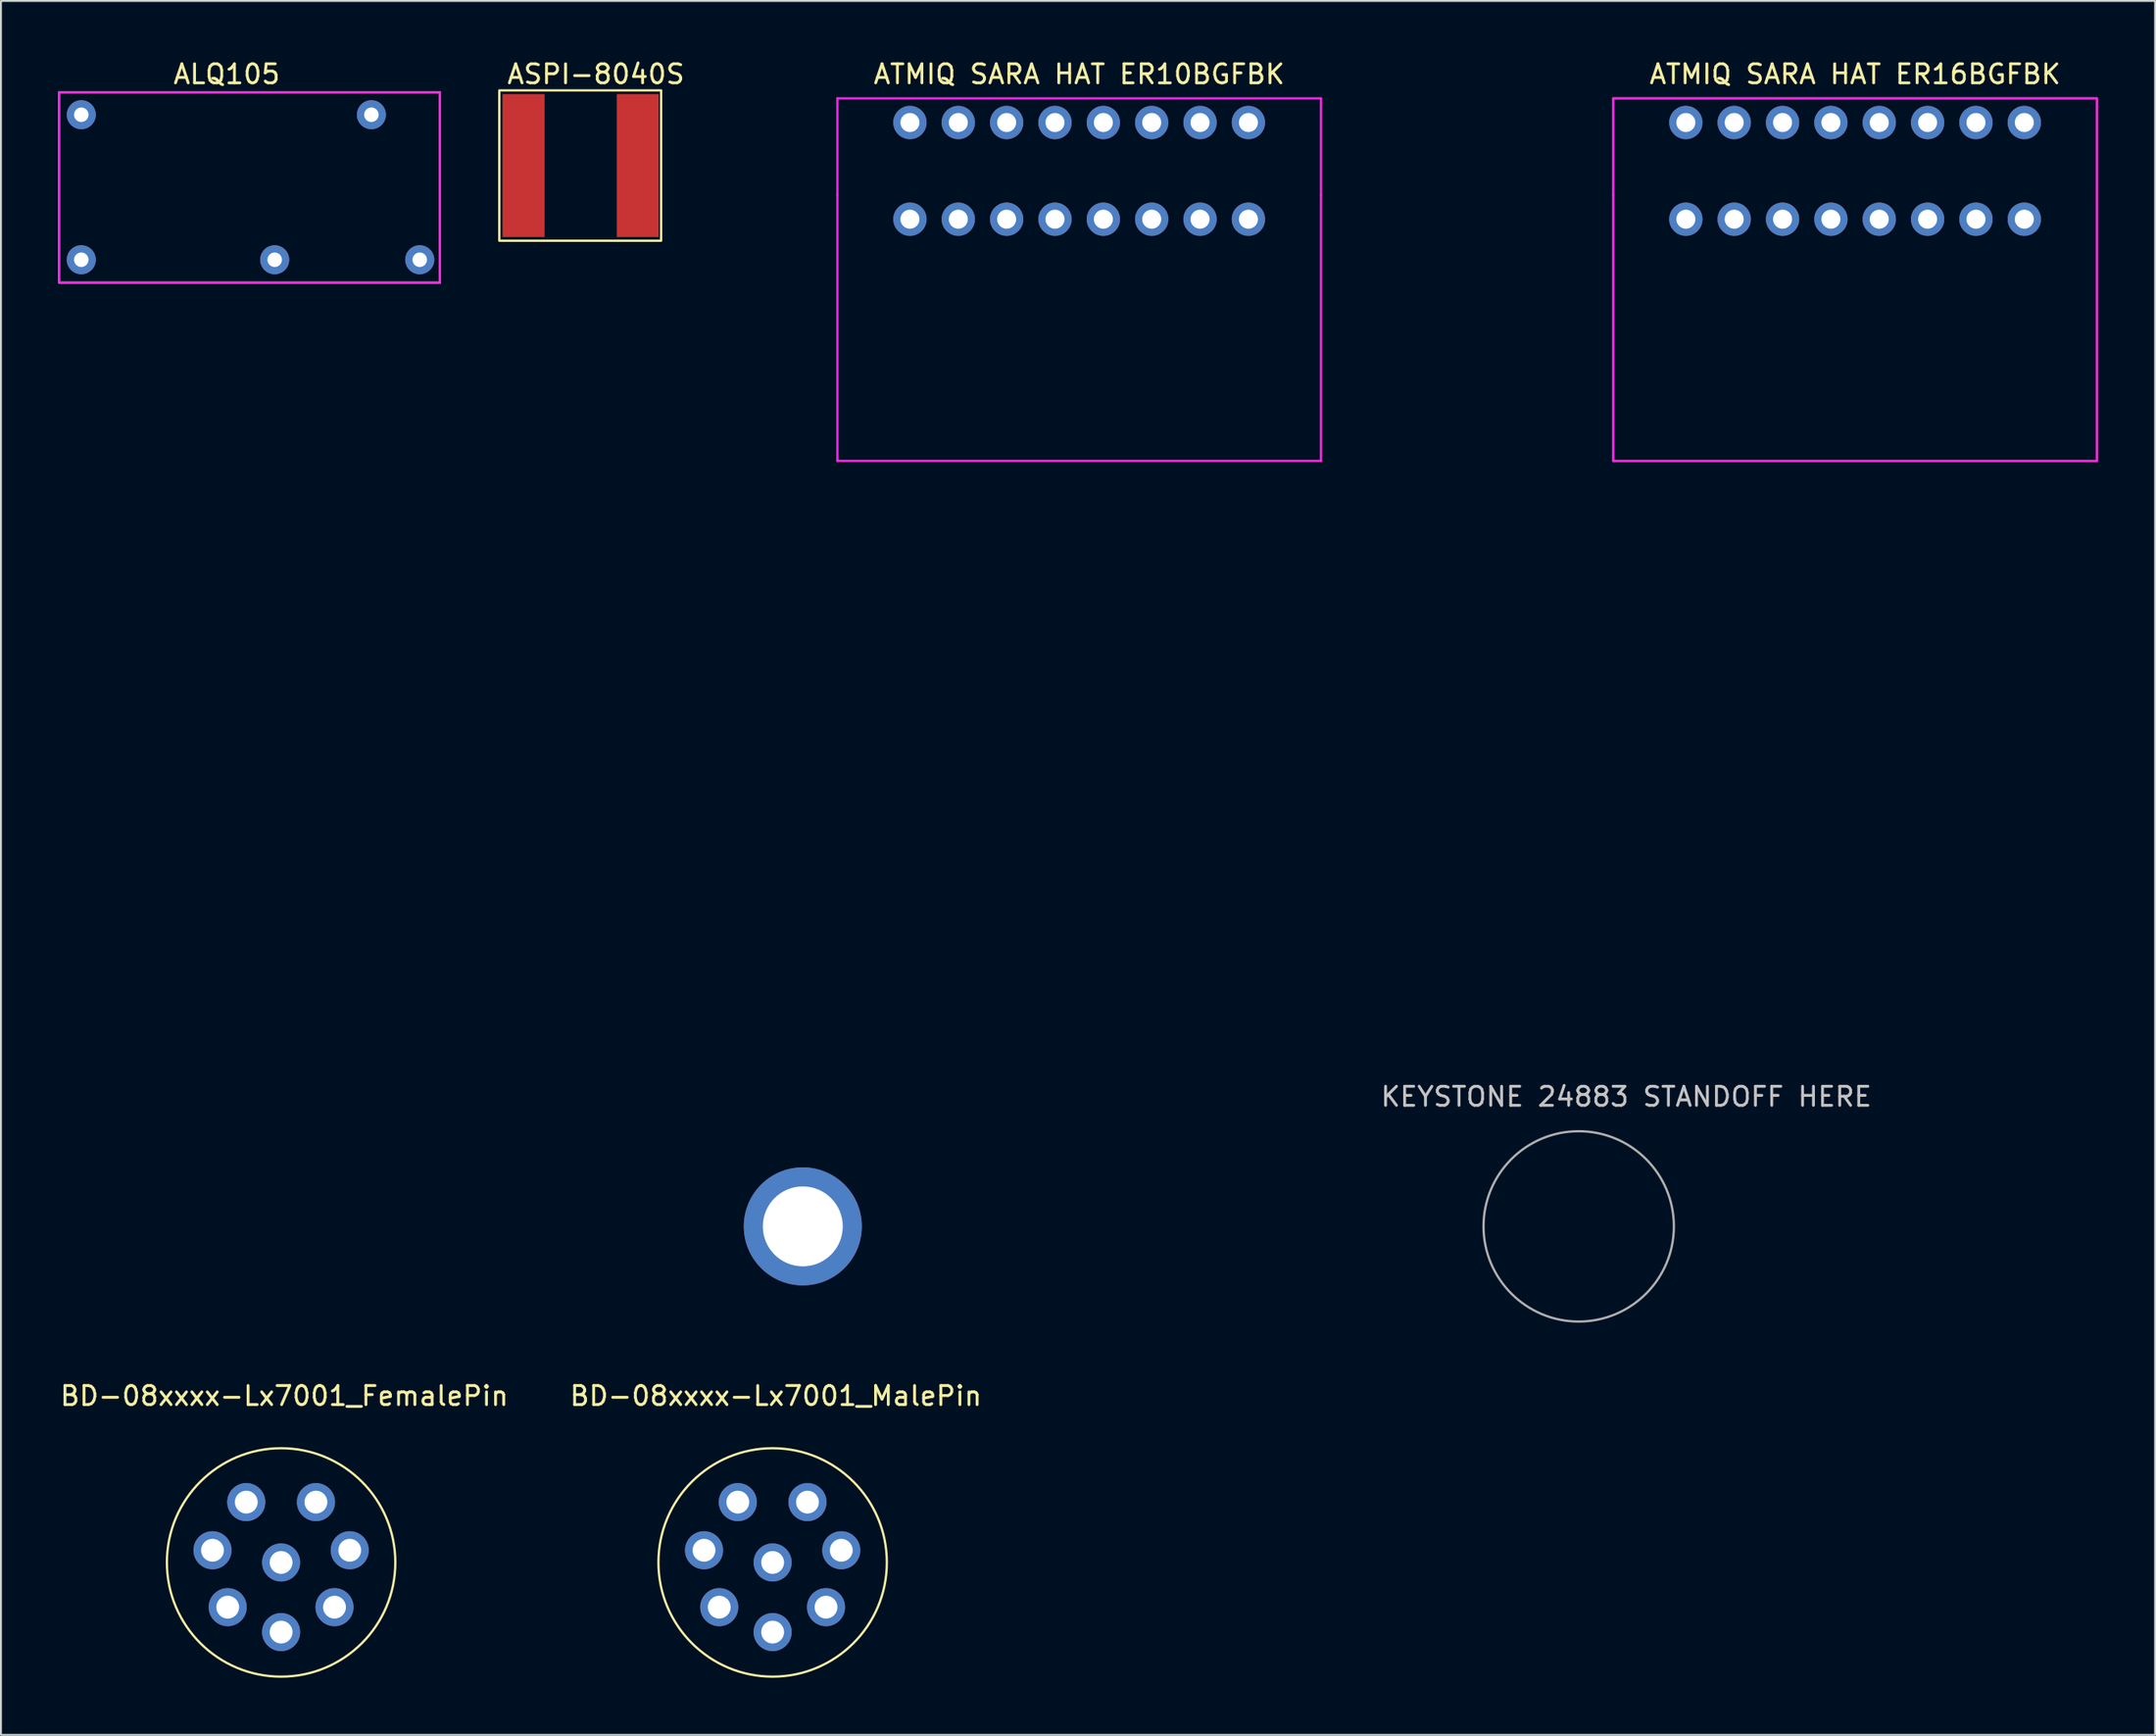
<source format=kicad_pcb>
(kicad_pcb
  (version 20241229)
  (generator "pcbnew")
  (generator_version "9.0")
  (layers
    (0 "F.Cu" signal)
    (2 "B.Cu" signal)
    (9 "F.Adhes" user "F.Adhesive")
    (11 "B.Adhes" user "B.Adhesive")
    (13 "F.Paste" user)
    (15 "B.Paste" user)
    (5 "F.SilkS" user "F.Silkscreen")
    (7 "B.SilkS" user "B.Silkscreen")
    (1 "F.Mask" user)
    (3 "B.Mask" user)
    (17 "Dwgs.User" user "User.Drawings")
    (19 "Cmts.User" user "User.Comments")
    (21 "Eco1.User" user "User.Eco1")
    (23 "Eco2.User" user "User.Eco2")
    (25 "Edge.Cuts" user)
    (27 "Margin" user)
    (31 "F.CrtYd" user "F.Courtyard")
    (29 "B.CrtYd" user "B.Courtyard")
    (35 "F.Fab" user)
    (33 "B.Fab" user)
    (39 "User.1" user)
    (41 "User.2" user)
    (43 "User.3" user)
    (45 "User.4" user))
  (footprint "ATMIQ SARA HAT ER10BGFBK"
    (layer "F.Cu")
    (at 53.641 4.658)
    (property "Reference" "ATMIQ SARA HAT ER10BGFBK" (at 0 -3.81 0) (unlocked yes) (layer "F.SilkS") (effects (font (size 1 1) (thickness 0.15))))
    (attr through_hole)
    (fp_line (start -12.7 -2.54) (end 12.7 -2.54) (stroke (width 0.12) (type solid)) (layer "F.CrtYd"))
    (fp_line (start -12.7 2.54) (end -12.7 -2.54) (stroke (width 0.12) (type solid)) (layer "F.CrtYd"))
    (fp_line (start -12.7 16.51) (end -12.7 2.54) (stroke (width 0.12) (type solid)) (layer "F.CrtYd"))
    (fp_line (start -12.7 16.51) (end 12.7 16.51) (stroke (width 0.12) (type solid)) (layer "F.CrtYd"))
    (fp_line (start 12.7 -2.54) (end 12.7 2.54) (stroke (width 0.12) (type solid)) (layer "F.CrtYd"))
    (fp_line (start 12.7 2.54) (end 12.7 16.51) (stroke (width 0.12) (type solid)) (layer "F.CrtYd"))
    (pad "1" thru_hole circle (at 8.89 -1.27) (size 1.75 1.75) (drill 1) (layers "*.Cu" "*.Mask"))
    (pad "2" thru_hole circle (at 8.89 3.81) (size 1.75 1.75) (drill 1) (layers "*.Cu" "*.Mask"))
    (pad "3" thru_hole circle (at 6.35 -1.27) (size 1.75 1.75) (drill 1) (layers "*.Cu" "*.Mask"))
    (pad "4" thru_hole circle (at 6.35 3.81) (size 1.75 1.75) (drill 1) (layers "*.Cu" "*.Mask"))
    (pad "5" thru_hole circle (at 3.81 -1.27) (size 1.75 1.75) (drill 1) (layers "*.Cu" "*.Mask"))
    (pad "6" thru_hole circle (at 3.81 3.81) (size 1.75 1.75) (drill 1) (layers "*.Cu" "*.Mask"))
    (pad "7" thru_hole circle (at 1.27 -1.27) (size 1.75 1.75) (drill 1) (layers "*.Cu" "*.Mask"))
    (pad "8" thru_hole circle (at 1.27 3.81) (size 1.75 1.75) (drill 1) (layers "*.Cu" "*.Mask"))
    (pad "9" thru_hole circle (at -1.27 -1.27) (size 1.75 1.75) (drill 1) (layers "*.Cu" "*.Mask"))
    (pad "10" thru_hole circle (at -1.27 3.81) (size 1.75 1.75) (drill 1) (layers "*.Cu" "*.Mask"))
    (pad "11" thru_hole circle (at -3.81 -1.27) (size 1.75 1.75) (drill 1) (layers "*.Cu" "*.Mask"))
    (pad "12" thru_hole circle (at -3.81 3.81) (size 1.75 1.75) (drill 1) (layers "*.Cu" "*.Mask"))
    (pad "13" thru_hole circle (at -6.35 -1.27) (size 1.75 1.75) (drill 1) (layers "*.Cu" "*.Mask"))
    (pad "14" thru_hole circle (at -6.35 3.81) (size 1.75 1.75) (drill 1) (layers "*.Cu" "*.Mask"))
    (pad "15" thru_hole circle (at -14.518 56.73 270) (size 6.2 6.2) (drill 4.2) (layers "*.Cu" "*.Mask"))
    (pad "15" thru_hole circle (at -8.89 -1.27) (size 1.75 1.75) (drill 1) (layers "*.Cu" "*.Mask"))
    (pad "16" thru_hole circle (at -8.89 3.81) (size 1.75 1.75) (drill 1) (layers "*.Cu" "*.Mask")))
  (footprint "ATMIQ SARA HAT ER16BGFBK"
    (layer "F.Cu")
    (at 94.401 4.658)
    (property "Reference" "ATMIQ SARA HAT ER16BGFBK" (at 0 -3.81 0) (unlocked yes) (layer "F.SilkS") (effects (font (size 1 1) (thickness 0.15))))
    (attr through_hole)
    (fp_line (start -12.7 -2.54) (end 12.7 -2.54) (stroke (width 0.12) (type solid)) (layer "F.CrtYd"))
    (fp_line (start -12.7 2.54) (end -12.7 -2.54) (stroke (width 0.12) (type solid)) (layer "F.CrtYd"))
    (fp_line (start -12.7 16.51) (end -12.7 2.54) (stroke (width 0.12) (type solid)) (layer "F.CrtYd"))
    (fp_line (start -12.7 16.51) (end 12.7 16.51) (stroke (width 0.12) (type solid)) (layer "F.CrtYd"))
    (fp_line (start 12.7 -2.54) (end 12.7 2.54) (stroke (width 0.12) (type solid)) (layer "F.CrtYd"))
    (fp_line (start 12.7 2.54) (end 12.7 16.51) (stroke (width 0.12) (type solid)) (layer "F.CrtYd"))
    (fp_rect (start -12.7 -2.54) (end 12.7 16.51) (stroke (width 0.1) (type default)) (fill no) (layer "F.Fab"))
    (fp_circle (center -14.518 56.73) (end -9.518 56.73) (stroke (width 0.12) (type default)) (fill no) (layer "F.Fab"))
    (fp_text user "KEYSTONE 24883 STANDOFF HERE" (at -25 50.5 0) (unlocked yes) (layer "Dwgs.User") (effects (font (size 1 1) (thickness 0.15)) (justify left bottom)))
    (pad "1" thru_hole circle (at -8.89 3.81 180) (size 1.75 1.75) (drill 1) (layers "*.Cu" "*.Mask"))
    (pad "2" thru_hole circle (at -8.89 -1.27 180) (size 1.75 1.75) (drill 1) (layers "*.Cu" "*.Mask"))
    (pad "3" thru_hole circle (at -6.35 3.81 180) (size 1.75 1.75) (drill 1) (layers "*.Cu" "*.Mask"))
    (pad "4" thru_hole circle (at -6.35 -1.27 180) (size 1.75 1.75) (drill 1) (layers "*.Cu" "*.Mask"))
    (pad "5" thru_hole circle (at -3.81 3.81 180) (size 1.75 1.75) (drill 1) (layers "*.Cu" "*.Mask"))
    (pad "6" thru_hole circle (at -3.81 -1.27 180) (size 1.75 1.75) (drill 1) (layers "*.Cu" "*.Mask"))
    (pad "7" thru_hole circle (at -1.27 3.81 180) (size 1.75 1.75) (drill 1) (layers "*.Cu" "*.Mask"))
    (pad "8" thru_hole circle (at -1.27 -1.27 180) (size 1.75 1.75) (drill 1) (layers "*.Cu" "*.Mask"))
    (pad "9" thru_hole circle (at 1.27 3.81 180) (size 1.75 1.75) (drill 1) (layers "*.Cu" "*.Mask"))
    (pad "10" thru_hole circle (at 1.27 -1.27 180) (size 1.75 1.75) (drill 1) (layers "*.Cu" "*.Mask"))
    (pad "11" thru_hole circle (at 3.81 3.81 180) (size 1.75 1.75) (drill 1) (layers "*.Cu" "*.Mask"))
    (pad "12" thru_hole circle (at 3.81 -1.27 180) (size 1.75 1.75) (drill 1) (layers "*.Cu" "*.Mask"))
    (pad "13" thru_hole circle (at 6.35 3.81 180) (size 1.75 1.75) (drill 1) (layers "*.Cu" "*.Mask"))
    (pad "14" thru_hole circle (at 6.35 -1.27 180) (size 1.75 1.75) (drill 1) (layers "*.Cu" "*.Mask"))
    (pad "15" thru_hole circle (at 8.89 3.81 180) (size 1.75 1.75) (drill 1) (layers "*.Cu" "*.Mask"))
    (pad "16" thru_hole circle (at 8.89 -1.27 180) (size 1.75 1.75) (drill 1) (layers "*.Cu" "*.Mask")))
  (footprint "BD-08xxxx-Lx7001_MalePin"
    (layer "F.Cu")
    (at 37.538 79.046)
    (property "Reference" "BD-08xxxx-Lx7001_MalePin" (at 0.17 -8.75 0) (unlocked yes) (layer "F.SilkS") (effects (font (size 1 1) (thickness 0.15))))
    (attr smd)
    (fp_circle (center 0 0) (end 6 0) (stroke (width 0.12) (type solid)) (fill no) (layer "F.SilkS"))
    (pad "1" thru_hole circle (at 1.83 -3.17) (size 2 2) (drill 1.2) (layers "*.Cu" "*.Mask"))
    (pad "2" thru_hole circle (at 3.605 -0.64) (size 2 2) (drill 1.2) (layers "*.Cu" "*.Mask"))
    (pad "3" thru_hole circle (at 2.805 2.35) (size 2 2) (drill 1.2) (layers "*.Cu" "*.Mask"))
    (pad "4" thru_hole circle (at 0 3.66) (size 2 2) (drill 1.2) (layers "*.Cu" "*.Mask"))
    (pad "5" thru_hole circle (at -2.805 2.35) (size 2 2) (drill 1.2) (layers "*.Cu" "*.Mask"))
    (pad "6" thru_hole circle (at -3.605 -0.64) (size 2 2) (drill 1.2) (layers "*.Cu" "*.Mask"))
    (pad "7" thru_hole circle (at -1.83 -3.17) (size 2 2) (drill 1.2) (layers "*.Cu" "*.Mask"))
    (pad "8" thru_hole circle (at 0 0) (size 2 2) (drill 1.2) (layers "*.Cu" "*.Mask")))
  (footprint "ASPI-8040S"
    (layer "F.Cu")
    (at 27.655 5.648)
    (property "Reference" "ASPI-8040S" (at 0.6 -4.8 0) (unlocked yes) (layer "F.SilkS") (effects (font (size 1 1) (thickness 0.15))))
    (attr smd)
    (fp_rect (start -4.475 -3.95) (end 4.025 3.95) (stroke (width 0.12) (type solid)) (fill no) (layer "F.SilkS"))
    (pad "1" smd rect (at -3.2 0) (size 2.21 7.51) (layers "F.Cu" "F.Mask" "F.Paste"))
    (pad "2" smd rect (at 2.8 0) (size 2.21 7.51) (layers "F.Cu" "F.Mask" "F.Paste")))
  (footprint "ALQ105"
    (layer "F.Cu")
    (at 1.22 10.598)
    (property "Reference" "ALQ105" (at 7.64 -9.75 0) (unlocked yes) (layer "F.SilkS") (effects (font (size 1 1) (thickness 0.15))))
    (attr through_hole)
    (fp_rect (start -1.16 1.2) (end 18.84 -8.8) (stroke (width 0.12) (type solid)) (fill no) (layer "F.SilkS"))
    (fp_rect (start -1.16 1.2) (end 18.84 -8.8) (stroke (width 0.12) (type solid)) (fill no) (layer "F.CrtYd"))
    (pad "A" thru_hole circle (at 10.16 0) (size 1.524 1.524) (drill 0.762) (layers "*.Cu" "*.Mask"))
    (pad "A1" thru_hole circle (at 0 0) (size 1.524 1.524) (drill 0.762) (layers "*.Cu" "*.Mask"))
    (pad "A2" thru_hole circle (at 0 -7.62) (size 1.524 1.524) (drill 0.762) (layers "*.Cu" "*.Mask"))
    (pad "B" thru_hole circle (at 17.78 0) (size 1.524 1.524) (drill 0.762) (layers "*.Cu" "*.Mask"))
    (pad "Y" thru_hole circle (at 15.24 -7.62) (size 1.524 1.524) (drill 0.762) (layers "*.Cu" "*.Mask")))
  (footprint "BD-08xxxx-Lx7001_FemalePin"
    (layer "F.Cu")
    (at 11.717 79.046)
    (property "Reference" "BD-08xxxx-Lx7001_FemalePin" (at 0.17 -8.75 0) (unlocked yes) (layer "F.SilkS") (effects (font (size 1 1) (thickness 0.15))))
    (attr smd)
    (fp_circle (center 0 0) (end 6 0) (stroke (width 0.12) (type solid)) (fill no) (layer "F.SilkS"))
    (pad "1" thru_hole circle (at -1.83 -3.17) (size 2 2) (drill 1.2) (layers "*.Cu" "*.Mask"))
    (pad "2" thru_hole circle (at -3.605 -0.64) (size 2 2) (drill 1.2) (layers "*.Cu" "*.Mask"))
    (pad "3" thru_hole circle (at -2.805 2.35) (size 2 2) (drill 1.2) (layers "*.Cu" "*.Mask"))
    (pad "4" thru_hole circle (at 0 3.66) (size 2 2) (drill 1.2) (layers "*.Cu" "*.Mask"))
    (pad "5" thru_hole circle (at 2.805 2.35) (size 2 2) (drill 1.2) (layers "*.Cu" "*.Mask"))
    (pad "6" thru_hole circle (at 3.605 -0.64) (size 2 2) (drill 1.2) (layers "*.Cu" "*.Mask"))
    (pad "7" thru_hole circle (at 1.83 -3.17) (size 2 2) (drill 1.2) (layers "*.Cu" "*.Mask"))
    (pad "8" thru_hole circle (at 0 0) (size 2 2) (drill 1.2) (layers "*.Cu" "*.Mask")))
  (gr_rect
    (start -3 -3)
    (end 110.161 88.106)
    (stroke (width 0.1) (type default))
    (fill no)
    (layer "Edge.Cuts")))
</source>
